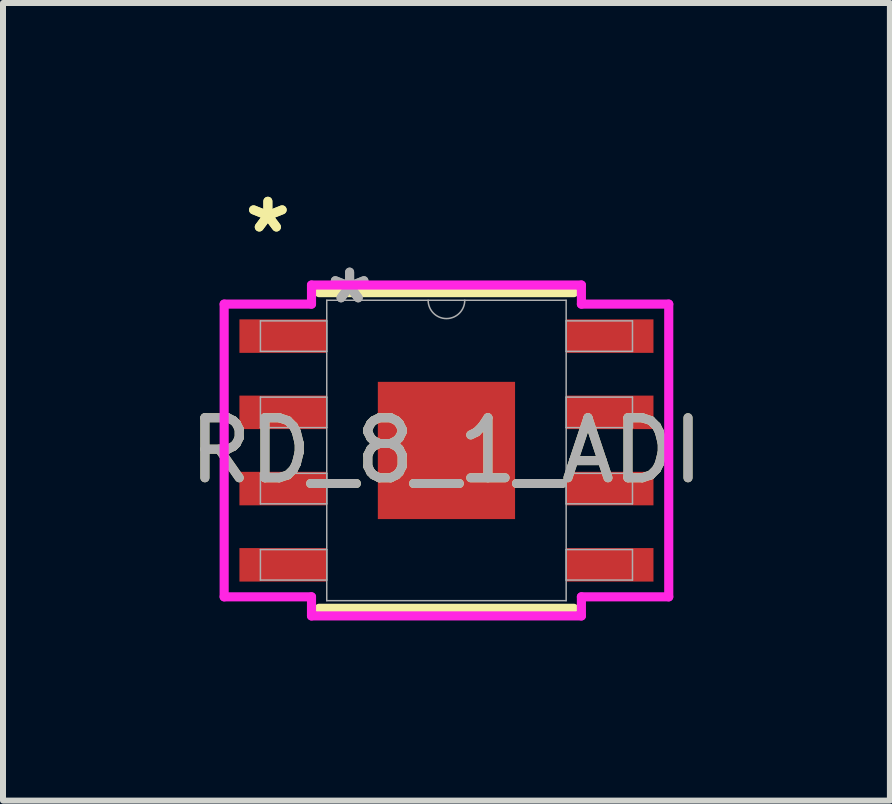
<source format=kicad_pcb>
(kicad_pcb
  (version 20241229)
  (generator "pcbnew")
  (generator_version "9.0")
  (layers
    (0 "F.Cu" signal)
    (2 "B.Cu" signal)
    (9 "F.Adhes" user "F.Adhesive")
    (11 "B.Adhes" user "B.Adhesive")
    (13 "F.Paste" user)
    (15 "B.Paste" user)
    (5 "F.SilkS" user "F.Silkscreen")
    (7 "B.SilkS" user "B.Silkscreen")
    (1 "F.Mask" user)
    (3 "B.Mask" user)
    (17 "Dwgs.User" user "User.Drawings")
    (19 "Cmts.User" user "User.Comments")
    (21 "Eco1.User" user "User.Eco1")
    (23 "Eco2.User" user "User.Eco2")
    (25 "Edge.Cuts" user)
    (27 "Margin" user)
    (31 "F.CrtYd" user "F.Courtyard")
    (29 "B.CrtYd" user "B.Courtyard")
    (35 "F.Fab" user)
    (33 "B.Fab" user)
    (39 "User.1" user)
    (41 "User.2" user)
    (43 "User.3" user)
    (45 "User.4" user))
  (footprint "RD_8_1_ADI"
    (layer "F.Cu")
    (at 4.387 4.454)
    (property "Reference" "RD_8_1_ADI" (at 0 0 0) (unlocked yes) (layer "F.SilkS") (effects (font (size 1 1) (thickness 0.15))))
    (attr smd)
    (fp_line (start -2.121 2.629) (end 2.121 2.629) (stroke (width 0.152) (type solid)) (layer "F.SilkS"))
    (fp_line (start 2.121 -2.629) (end -2.121 -2.629) (stroke (width 0.152) (type solid)) (layer "F.SilkS"))
    (fp_line (start -3.703 -2.438) (end -2.248 -2.438) (stroke (width 0.152) (type solid)) (layer "F.CrtYd"))
    (fp_line (start -3.703 2.438) (end -3.703 -2.438) (stroke (width 0.152) (type solid)) (layer "F.CrtYd"))
    (fp_line (start -3.703 2.438) (end -2.248 2.438) (stroke (width 0.152) (type solid)) (layer "F.CrtYd"))
    (fp_line (start -2.248 -2.756) (end 2.248 -2.756) (stroke (width 0.152) (type solid)) (layer "F.CrtYd"))
    (fp_line (start -2.248 -2.438) (end -2.248 -2.756) (stroke (width 0.152) (type solid)) (layer "F.CrtYd"))
    (fp_line (start -2.248 2.756) (end -2.248 2.438) (stroke (width 0.152) (type solid)) (layer "F.CrtYd"))
    (fp_line (start 2.248 -2.756) (end 2.248 -2.438) (stroke (width 0.152) (type solid)) (layer "F.CrtYd"))
    (fp_line (start 2.248 2.438) (end 2.248 2.756) (stroke (width 0.152) (type solid)) (layer "F.CrtYd"))
    (fp_line (start 2.248 2.756) (end -2.248 2.756) (stroke (width 0.152) (type solid)) (layer "F.CrtYd"))
    (fp_line (start 3.703 -2.438) (end 2.248 -2.438) (stroke (width 0.152) (type solid)) (layer "F.CrtYd"))
    (fp_line (start 3.703 -2.438) (end 3.703 2.438) (stroke (width 0.152) (type solid)) (layer "F.CrtYd"))
    (fp_line (start 3.703 2.438) (end 2.248 2.438) (stroke (width 0.152) (type solid)) (layer "F.CrtYd"))
    (fp_line (start -3.099 -2.159) (end -3.099 -1.651) (stroke (width 0.025) (type solid)) (layer "F.Fab"))
    (fp_line (start -3.099 -1.651) (end -1.994 -1.651) (stroke (width 0.025) (type solid)) (layer "F.Fab"))
    (fp_line (start -3.099 -0.889) (end -3.099 -0.381) (stroke (width 0.025) (type solid)) (layer "F.Fab"))
    (fp_line (start -3.099 -0.381) (end -1.994 -0.381) (stroke (width 0.025) (type solid)) (layer "F.Fab"))
    (fp_line (start -3.099 0.381) (end -3.099 0.889) (stroke (width 0.025) (type solid)) (layer "F.Fab"))
    (fp_line (start -3.099 0.889) (end -1.994 0.889) (stroke (width 0.025) (type solid)) (layer "F.Fab"))
    (fp_line (start -3.099 1.651) (end -3.099 2.159) (stroke (width 0.025) (type solid)) (layer "F.Fab"))
    (fp_line (start -3.099 2.159) (end -1.994 2.159) (stroke (width 0.025) (type solid)) (layer "F.Fab"))
    (fp_line (start -1.994 -2.502) (end -1.994 2.502) (stroke (width 0.025) (type solid)) (layer "F.Fab"))
    (fp_line (start -1.994 -2.159) (end -3.099 -2.159) (stroke (width 0.025) (type solid)) (layer "F.Fab"))
    (fp_line (start -1.994 -1.651) (end -1.994 -2.159) (stroke (width 0.025) (type solid)) (layer "F.Fab"))
    (fp_line (start -1.994 -0.889) (end -3.099 -0.889) (stroke (width 0.025) (type solid)) (layer "F.Fab"))
    (fp_line (start -1.994 -0.381) (end -1.994 -0.889) (stroke (width 0.025) (type solid)) (layer "F.Fab"))
    (fp_line (start -1.994 0.381) (end -3.099 0.381) (stroke (width 0.025) (type solid)) (layer "F.Fab"))
    (fp_line (start -1.994 0.889) (end -1.994 0.381) (stroke (width 0.025) (type solid)) (layer "F.Fab"))
    (fp_line (start -1.994 1.651) (end -3.099 1.651) (stroke (width 0.025) (type solid)) (layer "F.Fab"))
    (fp_line (start -1.994 2.159) (end -1.994 1.651) (stroke (width 0.025) (type solid)) (layer "F.Fab"))
    (fp_line (start -1.994 2.502) (end 1.994 2.502) (stroke (width 0.025) (type solid)) (layer "F.Fab"))
    (fp_line (start 1.994 -2.502) (end -1.994 -2.502) (stroke (width 0.025) (type solid)) (layer "F.Fab"))
    (fp_line (start 1.994 -2.159) (end 1.994 -1.651) (stroke (width 0.025) (type solid)) (layer "F.Fab"))
    (fp_line (start 1.994 -1.651) (end 3.099 -1.651) (stroke (width 0.025) (type solid)) (layer "F.Fab"))
    (fp_line (start 1.994 -0.889) (end 1.994 -0.381) (stroke (width 0.025) (type solid)) (layer "F.Fab"))
    (fp_line (start 1.994 -0.381) (end 3.099 -0.381) (stroke (width 0.025) (type solid)) (layer "F.Fab"))
    (fp_line (start 1.994 0.381) (end 1.994 0.889) (stroke (width 0.025) (type solid)) (layer "F.Fab"))
    (fp_line (start 1.994 0.889) (end 3.099 0.889) (stroke (width 0.025) (type solid)) (layer "F.Fab"))
    (fp_line (start 1.994 1.651) (end 1.994 2.159) (stroke (width 0.025) (type solid)) (layer "F.Fab"))
    (fp_line (start 1.994 2.159) (end 3.099 2.159) (stroke (width 0.025) (type solid)) (layer "F.Fab"))
    (fp_line (start 1.994 2.502) (end 1.994 -2.502) (stroke (width 0.025) (type solid)) (layer "F.Fab"))
    (fp_line (start 3.099 -2.159) (end 1.994 -2.159) (stroke (width 0.025) (type solid)) (layer "F.Fab"))
    (fp_line (start 3.099 -1.651) (end 3.099 -2.159) (stroke (width 0.025) (type solid)) (layer "F.Fab"))
    (fp_line (start 3.099 -0.889) (end 1.994 -0.889) (stroke (width 0.025) (type solid)) (layer "F.Fab"))
    (fp_line (start 3.099 -0.381) (end 3.099 -0.889) (stroke (width 0.025) (type solid)) (layer "F.Fab"))
    (fp_line (start 3.099 0.381) (end 1.994 0.381) (stroke (width 0.025) (type solid)) (layer "F.Fab"))
    (fp_line (start 3.099 0.889) (end 3.099 0.381) (stroke (width 0.025) (type solid)) (layer "F.Fab"))
    (fp_line (start 3.099 1.651) (end 1.994 1.651) (stroke (width 0.025) (type solid)) (layer "F.Fab"))
    (fp_line (start 3.099 2.159) (end 3.099 1.651) (stroke (width 0.025) (type solid)) (layer "F.Fab"))
    (fp_arc (start 0.3048 -2.5019) (mid 0 -2.1971) (end -0.3048 -2.5019) (stroke (width 0.0254) (type solid)) (layer "F.Fab"))
    (fp_text user "*" (at -2.975 -3.606 0) (layer "F.SilkS") (effects (font (size 1 1) (thickness 0.15))))
    (fp_text user "*" (at -2.975 -3.606 0) (unlocked yes) (layer "F.SilkS") (effects (font (size 1 1) (thickness 0.15))))
    (fp_text user "${REFERENCE}" (at 0 0 0) (unlocked yes) (layer "F.Fab") (effects (font (size 1 1) (thickness 0.15))))
    (fp_text user "*" (at -1.613 -2.426 0) (unlocked yes) (layer "F.Fab") (effects (font (size 1 1) (thickness 0.15))))
    (fp_text user "*" (at -1.613 -2.426 0) (layer "F.Fab") (effects (font (size 1 1) (thickness 0.15))))
    (pad "1" smd rect (at -2.721 -1.905) (size 1.455 0.558) (layers "F.Cu" "F.Mask" "F.Paste"))
    (pad "2" smd rect (at -2.721 -0.635) (size 1.455 0.558) (layers "F.Cu" "F.Mask" "F.Paste"))
    (pad "3" smd rect (at -2.721 0.635) (size 1.455 0.558) (layers "F.Cu" "F.Mask" "F.Paste"))
    (pad "4" smd rect (at -2.721 1.905) (size 1.455 0.558) (layers "F.Cu" "F.Mask" "F.Paste"))
    (pad "5" smd rect (at 2.721 1.905) (size 1.455 0.558) (layers "F.Cu" "F.Mask" "F.Paste"))
    (pad "6" smd rect (at 2.721 0.635) (size 1.455 0.558) (layers "F.Cu" "F.Mask" "F.Paste"))
    (pad "7" smd rect (at 2.721 -0.635) (size 1.455 0.558) (layers "F.Cu" "F.Mask" "F.Paste"))
    (pad "8" smd rect (at 2.721 -1.905) (size 1.455 0.558) (layers "F.Cu" "F.Mask" "F.Paste"))
    (pad "EPAD" smd rect (at 0 0) (size 2.286 2.286) (layers "F.Cu" "F.Mask" "F.Paste")))
  (gr_rect
    (start -3 -3)
    (end 11.774 10.286)
    (stroke (width 0.1) (type default))
    (fill no)
    (layer "Edge.Cuts")))
</source>
